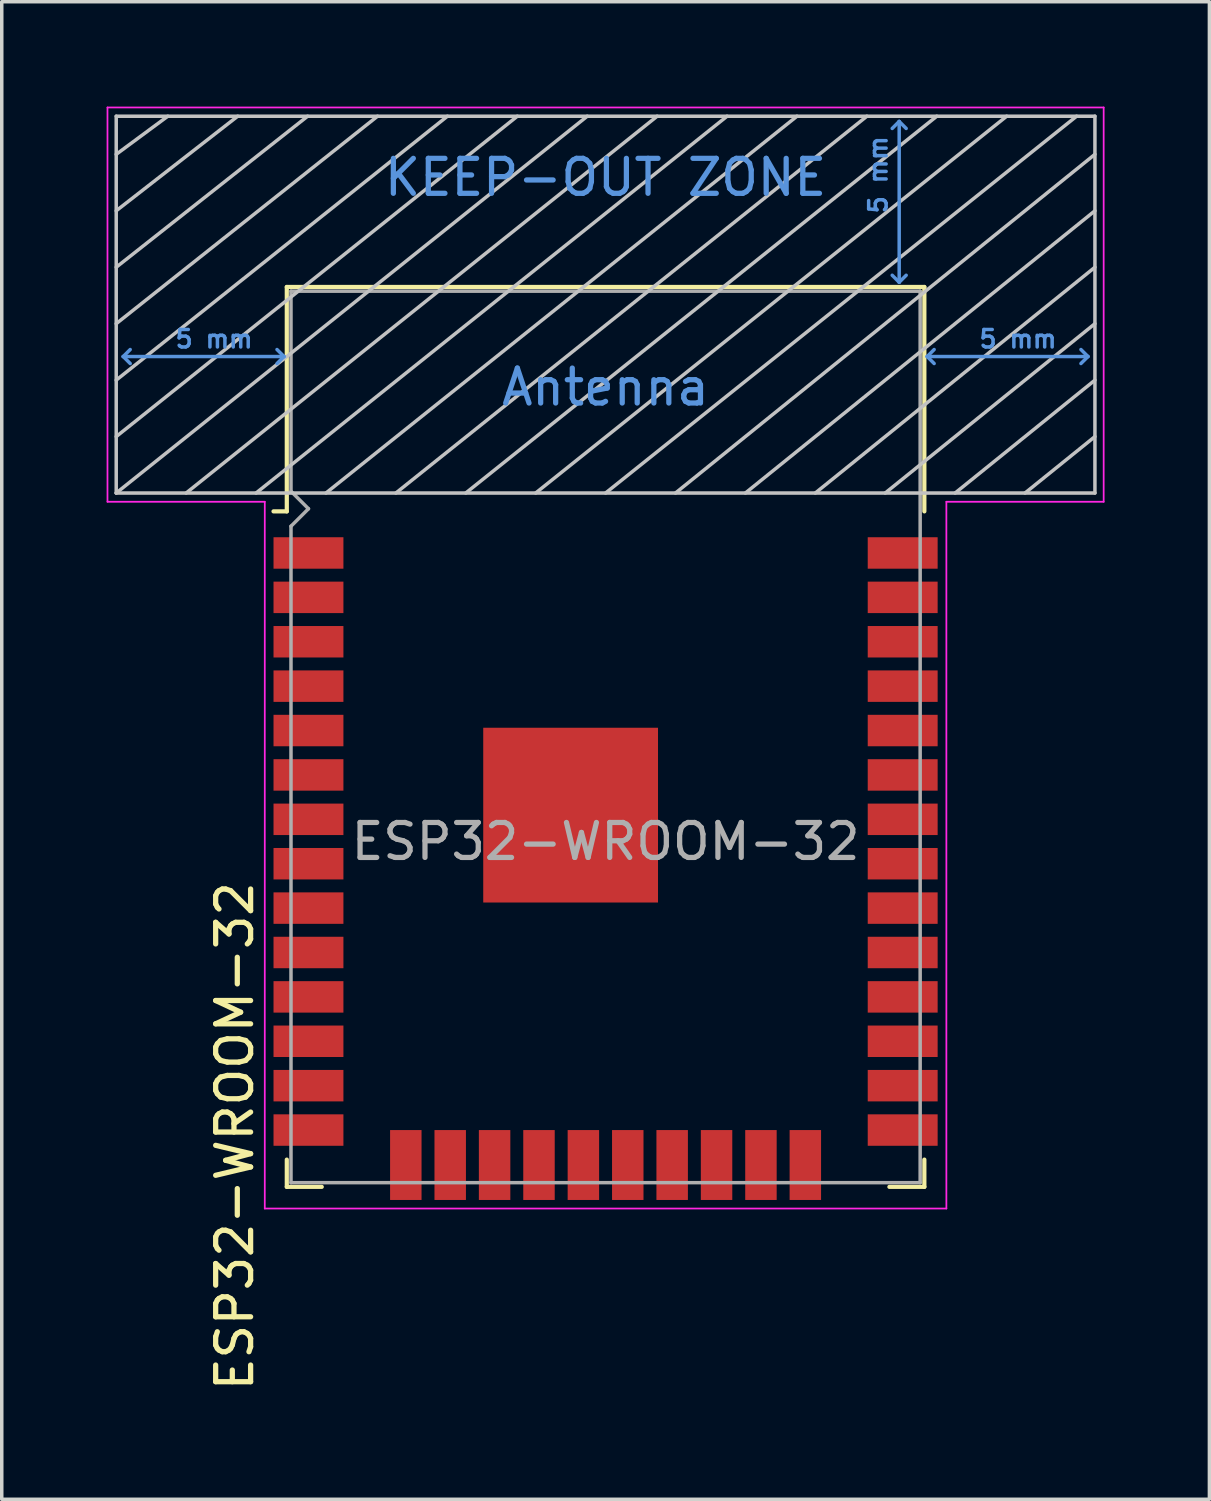
<source format=kicad_pcb>
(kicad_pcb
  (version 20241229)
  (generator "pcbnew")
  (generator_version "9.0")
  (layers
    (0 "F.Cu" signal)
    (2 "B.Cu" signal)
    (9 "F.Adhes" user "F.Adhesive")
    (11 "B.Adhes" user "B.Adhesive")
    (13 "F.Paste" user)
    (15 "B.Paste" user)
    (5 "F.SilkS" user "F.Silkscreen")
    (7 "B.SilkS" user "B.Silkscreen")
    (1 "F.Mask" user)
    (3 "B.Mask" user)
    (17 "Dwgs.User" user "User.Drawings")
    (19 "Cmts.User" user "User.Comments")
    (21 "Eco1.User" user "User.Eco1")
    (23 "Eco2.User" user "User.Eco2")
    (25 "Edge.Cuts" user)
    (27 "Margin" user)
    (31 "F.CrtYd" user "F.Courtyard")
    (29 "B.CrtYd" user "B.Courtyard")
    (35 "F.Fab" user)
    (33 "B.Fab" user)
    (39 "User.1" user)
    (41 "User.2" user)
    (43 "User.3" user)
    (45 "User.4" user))
  (footprint "ESP32-WROOM-32"
    (layer "F.Cu")
    (at 14.275 21.025)
    (property "Reference" "ESP32-WROOM-32" (at -10.61 8.43 90) (layer "F.SilkS") (effects (font (size 1 1) (thickness 0.15))))
    (attr smd)
    (fp_line (start -9.12 -15.865) (end -9.12 -9.445) (stroke (width 0.12) (type solid)) (layer "F.SilkS"))
    (fp_line (start -9.12 -15.865) (end 9.12 -15.865) (stroke (width 0.12) (type solid)) (layer "F.SilkS"))
    (fp_line (start -9.12 -9.445) (end -9.5 -9.445) (stroke (width 0.12) (type solid)) (layer "F.SilkS"))
    (fp_line (start -9.12 9.1) (end -9.12 9.88) (stroke (width 0.12) (type solid)) (layer "F.SilkS"))
    (fp_line (start -9.12 9.88) (end -8.12 9.88) (stroke (width 0.12) (type solid)) (layer "F.SilkS"))
    (fp_line (start 9.12 -15.865) (end 9.12 -9.445) (stroke (width 0.12) (type solid)) (layer "F.SilkS"))
    (fp_line (start 9.12 9.1) (end 9.12 9.88) (stroke (width 0.12) (type solid)) (layer "F.SilkS"))
    (fp_line (start 9.12 9.88) (end 8.12 9.88) (stroke (width 0.12) (type solid)) (layer "F.SilkS"))
    (fp_line (start -14 -9.97) (end -14 -20.75) (stroke (width 0.1) (type solid)) (layer "Dwgs.User"))
    (fp_line (start -12.525 -20.75) (end -14 -19.66) (stroke (width 0.1) (type solid)) (layer "Dwgs.User"))
    (fp_line (start -10.525 -20.75) (end -14 -18.045) (stroke (width 0.1) (type solid)) (layer "Dwgs.User"))
    (fp_line (start -8.525 -20.75) (end -14 -16.43) (stroke (width 0.1) (type solid)) (layer "Dwgs.User"))
    (fp_line (start -8 -9.97) (end 5.475 -20.75) (stroke (width 0.1) (type solid)) (layer "Dwgs.User"))
    (fp_line (start -6.525 -20.75) (end -14 -14.815) (stroke (width 0.1) (type solid)) (layer "Dwgs.User"))
    (fp_line (start -4.525 -20.75) (end -14 -13.2) (stroke (width 0.1) (type solid)) (layer "Dwgs.User"))
    (fp_line (start -2.525 -20.75) (end -14 -11.585) (stroke (width 0.1) (type solid)) (layer "Dwgs.User"))
    (fp_line (start -0.525 -20.75) (end -14 -9.97) (stroke (width 0.1) (type solid)) (layer "Dwgs.User"))
    (fp_line (start 1.475 -20.75) (end -12 -9.97) (stroke (width 0.1) (type solid)) (layer "Dwgs.User"))
    (fp_line (start 3.475 -20.75) (end -10 -9.97) (stroke (width 0.1) (type solid)) (layer "Dwgs.User"))
    (fp_line (start 7.475 -20.75) (end -6 -9.97) (stroke (width 0.1) (type solid)) (layer "Dwgs.User"))
    (fp_line (start 9.475 -20.75) (end -4 -9.97) (stroke (width 0.1) (type solid)) (layer "Dwgs.User"))
    (fp_line (start 11.475 -20.75) (end -2 -9.97) (stroke (width 0.1) (type solid)) (layer "Dwgs.User"))
    (fp_line (start 13.475 -20.75) (end 0 -9.97) (stroke (width 0.1) (type solid)) (layer "Dwgs.User"))
    (fp_line (start 14 -20.75) (end -14 -20.75) (stroke (width 0.1) (type solid)) (layer "Dwgs.User"))
    (fp_line (start 14 -19.66) (end 2 -9.97) (stroke (width 0.1) (type solid)) (layer "Dwgs.User"))
    (fp_line (start 14 -18.045) (end 4 -9.97) (stroke (width 0.1) (type solid)) (layer "Dwgs.User"))
    (fp_line (start 14 -16.43) (end 6 -9.97) (stroke (width 0.1) (type solid)) (layer "Dwgs.User"))
    (fp_line (start 14 -14.815) (end 8 -9.97) (stroke (width 0.1) (type solid)) (layer "Dwgs.User"))
    (fp_line (start 14 -13.2) (end 10 -9.97) (stroke (width 0.1) (type solid)) (layer "Dwgs.User"))
    (fp_line (start 14 -11.585) (end 12 -9.97) (stroke (width 0.1) (type solid)) (layer "Dwgs.User"))
    (fp_line (start 14 -9.97) (end -14 -9.97) (stroke (width 0.1) (type solid)) (layer "Dwgs.User"))
    (fp_line (start 14 -9.97) (end 14 -20.75) (stroke (width 0.1) (type solid)) (layer "Dwgs.User"))
    (fp_line (start -13.8 -13.875) (end -13.6 -14.075) (stroke (width 0.1) (type solid)) (layer "Cmts.User"))
    (fp_line (start -13.8 -13.875) (end -13.6 -13.675) (stroke (width 0.1) (type solid)) (layer "Cmts.User"))
    (fp_line (start -13.8 -13.875) (end -9.2 -13.875) (stroke (width 0.1) (type solid)) (layer "Cmts.User"))
    (fp_line (start -9.2 -13.875) (end -9.4 -14.075) (stroke (width 0.1) (type solid)) (layer "Cmts.User"))
    (fp_line (start -9.2 -13.875) (end -9.4 -13.675) (stroke (width 0.1) (type solid)) (layer "Cmts.User"))
    (fp_line (start 8.4 -20.6) (end 8.2 -20.4) (stroke (width 0.1) (type solid)) (layer "Cmts.User"))
    (fp_line (start 8.4 -20.6) (end 8.6 -20.4) (stroke (width 0.1) (type solid)) (layer "Cmts.User"))
    (fp_line (start 8.4 -16) (end 8.2 -16.2) (stroke (width 0.1) (type solid)) (layer "Cmts.User"))
    (fp_line (start 8.4 -16) (end 8.4 -20.6) (stroke (width 0.1) (type solid)) (layer "Cmts.User"))
    (fp_line (start 8.4 -16) (end 8.6 -16.2) (stroke (width 0.1) (type solid)) (layer "Cmts.User"))
    (fp_line (start 9.2 -13.875) (end 9.4 -14.075) (stroke (width 0.1) (type solid)) (layer "Cmts.User"))
    (fp_line (start 9.2 -13.875) (end 9.4 -13.675) (stroke (width 0.1) (type solid)) (layer "Cmts.User"))
    (fp_line (start 9.2 -13.875) (end 13.8 -13.875) (stroke (width 0.1) (type solid)) (layer "Cmts.User"))
    (fp_line (start 13.8 -13.875) (end 13.6 -14.075) (stroke (width 0.1) (type solid)) (layer "Cmts.User"))
    (fp_line (start 13.8 -13.875) (end 13.6 -13.675) (stroke (width 0.1) (type solid)) (layer "Cmts.User"))
    (fp_line (start -14.25 -21) (end -14.25 -9.72) (stroke (width 0.05) (type solid)) (layer "F.CrtYd"))
    (fp_line (start -14.25 -21) (end 14.25 -21) (stroke (width 0.05) (type solid)) (layer "F.CrtYd"))
    (fp_line (start -14.25 -9.72) (end -9.75 -9.72) (stroke (width 0.05) (type solid)) (layer "F.CrtYd"))
    (fp_line (start -9.75 10.5) (end -9.75 -9.72) (stroke (width 0.05) (type solid)) (layer "F.CrtYd"))
    (fp_line (start -9.75 10.5) (end 9.75 10.5) (stroke (width 0.05) (type solid)) (layer "F.CrtYd"))
    (fp_line (start 9.75 -9.72) (end 9.75 10.5) (stroke (width 0.05) (type solid)) (layer "F.CrtYd"))
    (fp_line (start 9.75 -9.72) (end 14.25 -9.72) (stroke (width 0.05) (type solid)) (layer "F.CrtYd"))
    (fp_line (start 14.25 -21) (end 14.25 -9.72) (stroke (width 0.05) (type solid)) (layer "F.CrtYd"))
    (fp_line (start -9 -15.745) (end -9 -10.02) (stroke (width 0.1) (type solid)) (layer "F.Fab"))
    (fp_line (start -9 -15.745) (end 9 -15.745) (stroke (width 0.1) (type solid)) (layer "F.Fab"))
    (fp_line (start -9 -9.02) (end -9 9.76) (stroke (width 0.1) (type solid)) (layer "F.Fab"))
    (fp_line (start -9 -9.02) (end -8.5 -9.52) (stroke (width 0.1) (type solid)) (layer "F.Fab"))
    (fp_line (start -9 9.76) (end 9 9.76) (stroke (width 0.1) (type solid)) (layer "F.Fab"))
    (fp_line (start -8.5 -9.52) (end -9 -10.02) (stroke (width 0.1) (type solid)) (layer "F.Fab"))
    (fp_line (start 9 9.76) (end 9 -15.745) (stroke (width 0.1) (type solid)) (layer "F.Fab"))
    (fp_text user "5 mm" (at -11.2 -14.375 0) (layer "Cmts.User") (effects (font (size 0.5 0.5) (thickness 0.1))))
    (fp_text user "Antenna" (at 0 -13 0) (layer "Cmts.User") (effects (font (size 1 1) (thickness 0.15))))
    (fp_text user "5 mm" (at 11.8 -14.375 0) (layer "Cmts.User") (effects (font (size 0.5 0.5) (thickness 0.1))))
    (fp_text user "5 mm" (at 7.8 -19.075 90) (layer "Cmts.User") (effects (font (size 0.5 0.5) (thickness 0.1))))
    (fp_text user "KEEP-OUT ZONE" (at 0 -19 0) (layer "Cmts.User") (effects (font (size 1 1) (thickness 0.15))))
    (fp_text user "${REFERENCE}" (at 0 0 0) (layer "F.Fab") (effects (font (size 1 1) (thickness 0.15))))
    (pad "1" smd rect (at -8.5 -8.255) (size 2 0.9) (layers "F.Cu" "F.Mask" "F.Paste"))
    (pad "2" smd rect (at -8.5 -6.985) (size 2 0.9) (layers "F.Cu" "F.Mask" "F.Paste"))
    (pad "3" smd rect (at -8.5 -5.715) (size 2 0.9) (layers "F.Cu" "F.Mask" "F.Paste"))
    (pad "4" smd rect (at -8.5 -4.445) (size 2 0.9) (layers "F.Cu" "F.Mask" "F.Paste"))
    (pad "5" smd rect (at -8.5 -3.175) (size 2 0.9) (layers "F.Cu" "F.Mask" "F.Paste"))
    (pad "6" smd rect (at -8.5 -1.905) (size 2 0.9) (layers "F.Cu" "F.Mask" "F.Paste"))
    (pad "7" smd rect (at -8.5 -0.635) (size 2 0.9) (layers "F.Cu" "F.Mask" "F.Paste"))
    (pad "8" smd rect (at -8.5 0.635) (size 2 0.9) (layers "F.Cu" "F.Mask" "F.Paste"))
    (pad "9" smd rect (at -8.5 1.905) (size 2 0.9) (layers "F.Cu" "F.Mask" "F.Paste"))
    (pad "10" smd rect (at -8.5 3.175) (size 2 0.9) (layers "F.Cu" "F.Mask" "F.Paste"))
    (pad "11" smd rect (at -8.5 4.445) (size 2 0.9) (layers "F.Cu" "F.Mask" "F.Paste"))
    (pad "12" smd rect (at -8.5 5.715) (size 2 0.9) (layers "F.Cu" "F.Mask" "F.Paste"))
    (pad "13" smd rect (at -8.5 6.985) (size 2 0.9) (layers "F.Cu" "F.Mask" "F.Paste"))
    (pad "14" smd rect (at -8.5 8.255) (size 2 0.9) (layers "F.Cu" "F.Mask" "F.Paste"))
    (pad "15" smd rect (at -5.715 9.255 90) (size 2 0.9) (layers "F.Cu" "F.Mask" "F.Paste"))
    (pad "16" smd rect (at -4.445 9.255 90) (size 2 0.9) (layers "F.Cu" "F.Mask" "F.Paste"))
    (pad "17" smd rect (at -3.175 9.255 90) (size 2 0.9) (layers "F.Cu" "F.Mask" "F.Paste"))
    (pad "18" smd rect (at -1.905 9.255 90) (size 2 0.9) (layers "F.Cu" "F.Mask" "F.Paste"))
    (pad "19" smd rect (at -0.635 9.255 90) (size 2 0.9) (layers "F.Cu" "F.Mask" "F.Paste"))
    (pad "20" smd rect (at 0.635 9.255 90) (size 2 0.9) (layers "F.Cu" "F.Mask" "F.Paste"))
    (pad "21" smd rect (at 1.905 9.255 90) (size 2 0.9) (layers "F.Cu" "F.Mask" "F.Paste"))
    (pad "22" smd rect (at 3.175 9.255 90) (size 2 0.9) (layers "F.Cu" "F.Mask" "F.Paste"))
    (pad "23" smd rect (at 4.445 9.255 90) (size 2 0.9) (layers "F.Cu" "F.Mask" "F.Paste"))
    (pad "24" smd rect (at 5.715 9.255 90) (size 2 0.9) (layers "F.Cu" "F.Mask" "F.Paste"))
    (pad "25" smd rect (at 8.5 8.255) (size 2 0.9) (layers "F.Cu" "F.Mask" "F.Paste"))
    (pad "26" smd rect (at 8.5 6.985) (size 2 0.9) (layers "F.Cu" "F.Mask" "F.Paste"))
    (pad "27" smd rect (at 8.5 5.715) (size 2 0.9) (layers "F.Cu" "F.Mask" "F.Paste"))
    (pad "28" smd rect (at 8.5 4.445) (size 2 0.9) (layers "F.Cu" "F.Mask" "F.Paste"))
    (pad "29" smd rect (at 8.5 3.175) (size 2 0.9) (layers "F.Cu" "F.Mask" "F.Paste"))
    (pad "30" smd rect (at 8.5 1.905) (size 2 0.9) (layers "F.Cu" "F.Mask" "F.Paste"))
    (pad "31" smd rect (at 8.5 0.635) (size 2 0.9) (layers "F.Cu" "F.Mask" "F.Paste"))
    (pad "32" smd rect (at 8.5 -0.635) (size 2 0.9) (layers "F.Cu" "F.Mask" "F.Paste"))
    (pad "33" smd rect (at 8.5 -1.905) (size 2 0.9) (layers "F.Cu" "F.Mask" "F.Paste"))
    (pad "34" smd rect (at 8.5 -3.175) (size 2 0.9) (layers "F.Cu" "F.Mask" "F.Paste"))
    (pad "35" smd rect (at 8.5 -4.445) (size 2 0.9) (layers "F.Cu" "F.Mask" "F.Paste"))
    (pad "36" smd rect (at 8.5 -5.715) (size 2 0.9) (layers "F.Cu" "F.Mask" "F.Paste"))
    (pad "37" smd rect (at 8.5 -6.985) (size 2 0.9) (layers "F.Cu" "F.Mask" "F.Paste"))
    (pad "38" smd rect (at 8.5 -8.255) (size 2 0.9) (layers "F.Cu" "F.Mask" "F.Paste"))
    (pad "39" smd rect (at -1 -0.755) (size 5 5) (layers "F.Cu" "F.Mask" "F.Paste")))
  (gr_rect
    (start -3 -3)
    (end 31.55 39.842)
    (stroke (width 0.1) (type default))
    (fill no)
    (layer "Edge.Cuts")))
</source>
